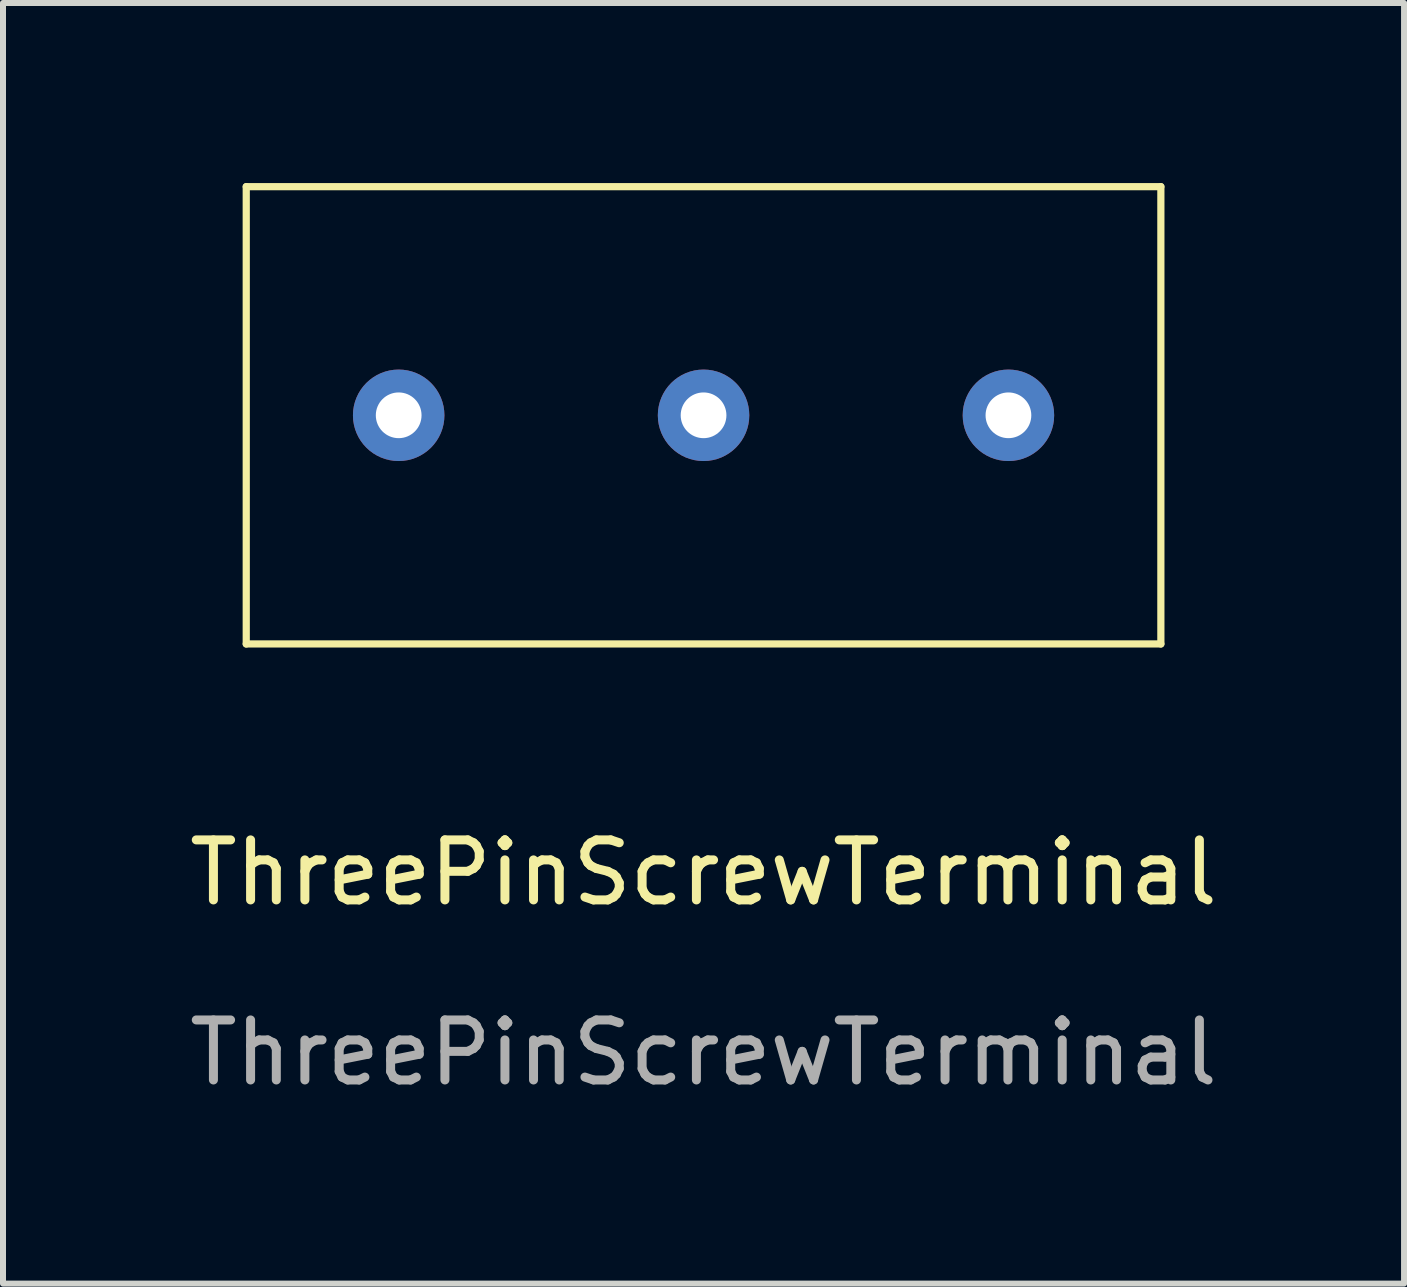
<source format=kicad_pcb>
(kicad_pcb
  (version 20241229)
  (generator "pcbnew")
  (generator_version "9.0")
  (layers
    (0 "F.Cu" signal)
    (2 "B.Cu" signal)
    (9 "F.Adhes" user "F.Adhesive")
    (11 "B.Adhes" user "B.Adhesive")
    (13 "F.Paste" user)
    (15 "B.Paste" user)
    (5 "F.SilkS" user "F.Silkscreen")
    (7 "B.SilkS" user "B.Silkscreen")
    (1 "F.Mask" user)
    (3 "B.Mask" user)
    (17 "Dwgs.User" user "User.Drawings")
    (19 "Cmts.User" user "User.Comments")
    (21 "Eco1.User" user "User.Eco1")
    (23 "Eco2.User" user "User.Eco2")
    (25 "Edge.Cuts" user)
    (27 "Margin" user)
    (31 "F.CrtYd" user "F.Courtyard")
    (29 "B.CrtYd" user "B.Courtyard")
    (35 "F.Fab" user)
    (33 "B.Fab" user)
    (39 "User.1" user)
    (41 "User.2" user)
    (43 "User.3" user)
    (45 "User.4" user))
  (footprint "ThreePinScrewTerminal"
    (layer "F.Cu")
    (at 8.673 3.87)
    (property "Reference" "ThreePinScrewTerminal" (at 0 7.62 0) (unlocked yes) (layer "F.SilkS") (effects (font (size 1 1) (thickness 0.15))))
    (attr through_hole)
    (fp_line (start -7.62 -3.81) (end -7.62 3.81) (stroke (width 0.12) (type solid)) (layer "F.SilkS"))
    (fp_line (start -7.62 -3.81) (end 7.62 -3.81) (stroke (width 0.12) (type solid)) (layer "F.SilkS"))
    (fp_line (start -7.62 3.81) (end 7.62 3.81) (stroke (width 0.12) (type solid)) (layer "F.SilkS"))
    (fp_line (start 7.62 3.81) (end 7.62 -3.81) (stroke (width 0.12) (type solid)) (layer "F.SilkS"))
    (fp_text user "${REFERENCE}" (at 0 10.62 0) (unlocked yes) (layer "F.Fab") (effects (font (size 1 1) (thickness 0.15))))
    (pad "1" thru_hole circle (at -5.08 0) (size 1.524 1.524) (drill 0.762) (layers "*.Cu" "*.Mask"))
    (pad "2" thru_hole circle (at 0 0) (size 1.524 1.524) (drill 0.762) (layers "*.Cu" "*.Mask"))
    (pad "3" thru_hole circle (at 5.08 0) (size 1.524 1.524) (drill 0.762) (layers "*.Cu" "*.Mask")))
  (gr_rect
    (start -3 -3)
    (end 20.345 18.338)
    (stroke (width 0.1) (type default))
    (fill no)
    (layer "Edge.Cuts")))
</source>
